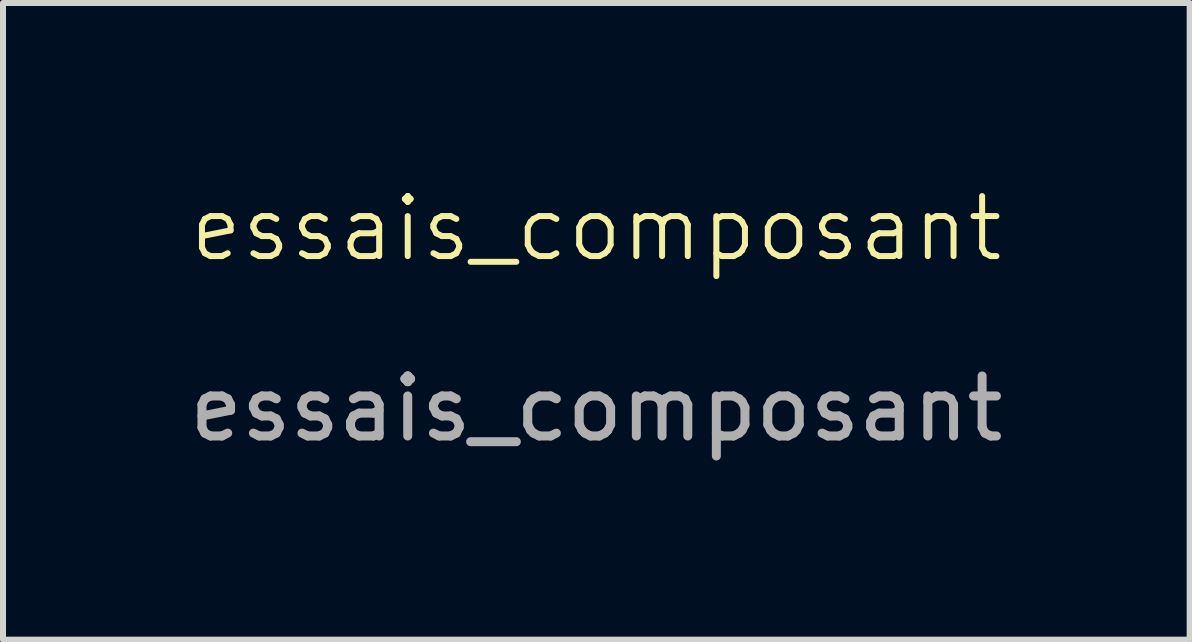
<source format=kicad_pcb>
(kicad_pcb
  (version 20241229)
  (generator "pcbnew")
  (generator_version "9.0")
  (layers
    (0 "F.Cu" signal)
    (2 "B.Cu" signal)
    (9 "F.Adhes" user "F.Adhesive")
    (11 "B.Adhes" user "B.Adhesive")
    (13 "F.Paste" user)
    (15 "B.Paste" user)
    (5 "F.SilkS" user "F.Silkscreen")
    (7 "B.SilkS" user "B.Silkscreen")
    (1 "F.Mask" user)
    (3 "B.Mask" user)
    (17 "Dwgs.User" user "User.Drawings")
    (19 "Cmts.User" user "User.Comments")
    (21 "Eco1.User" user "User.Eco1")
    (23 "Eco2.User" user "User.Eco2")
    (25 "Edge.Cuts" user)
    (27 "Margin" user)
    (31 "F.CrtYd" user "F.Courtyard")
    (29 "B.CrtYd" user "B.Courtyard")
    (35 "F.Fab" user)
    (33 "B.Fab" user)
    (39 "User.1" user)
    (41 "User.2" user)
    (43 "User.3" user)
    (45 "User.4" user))
  (footprint "essais_composant"
    (layer "F.Cu")
    (at 6.887 1.26)
    (property "Reference" "essais_composant" (at 0 -0.5 0) (unlocked yes) (layer "F.SilkS") (effects (font (size 1 1) (thickness 0.1))))
    (attr through_hole)
    (fp_text user "${REFERENCE}" (at 0 2.5 0) (unlocked yes) (layer "F.Fab") (effects (font (size 1 1) (thickness 0.15)))))
  (gr_rect
    (start -3 -3)
    (end 16.774 7.609)
    (stroke (width 0.1) (type default))
    (fill no)
    (layer "Edge.Cuts")))
</source>
